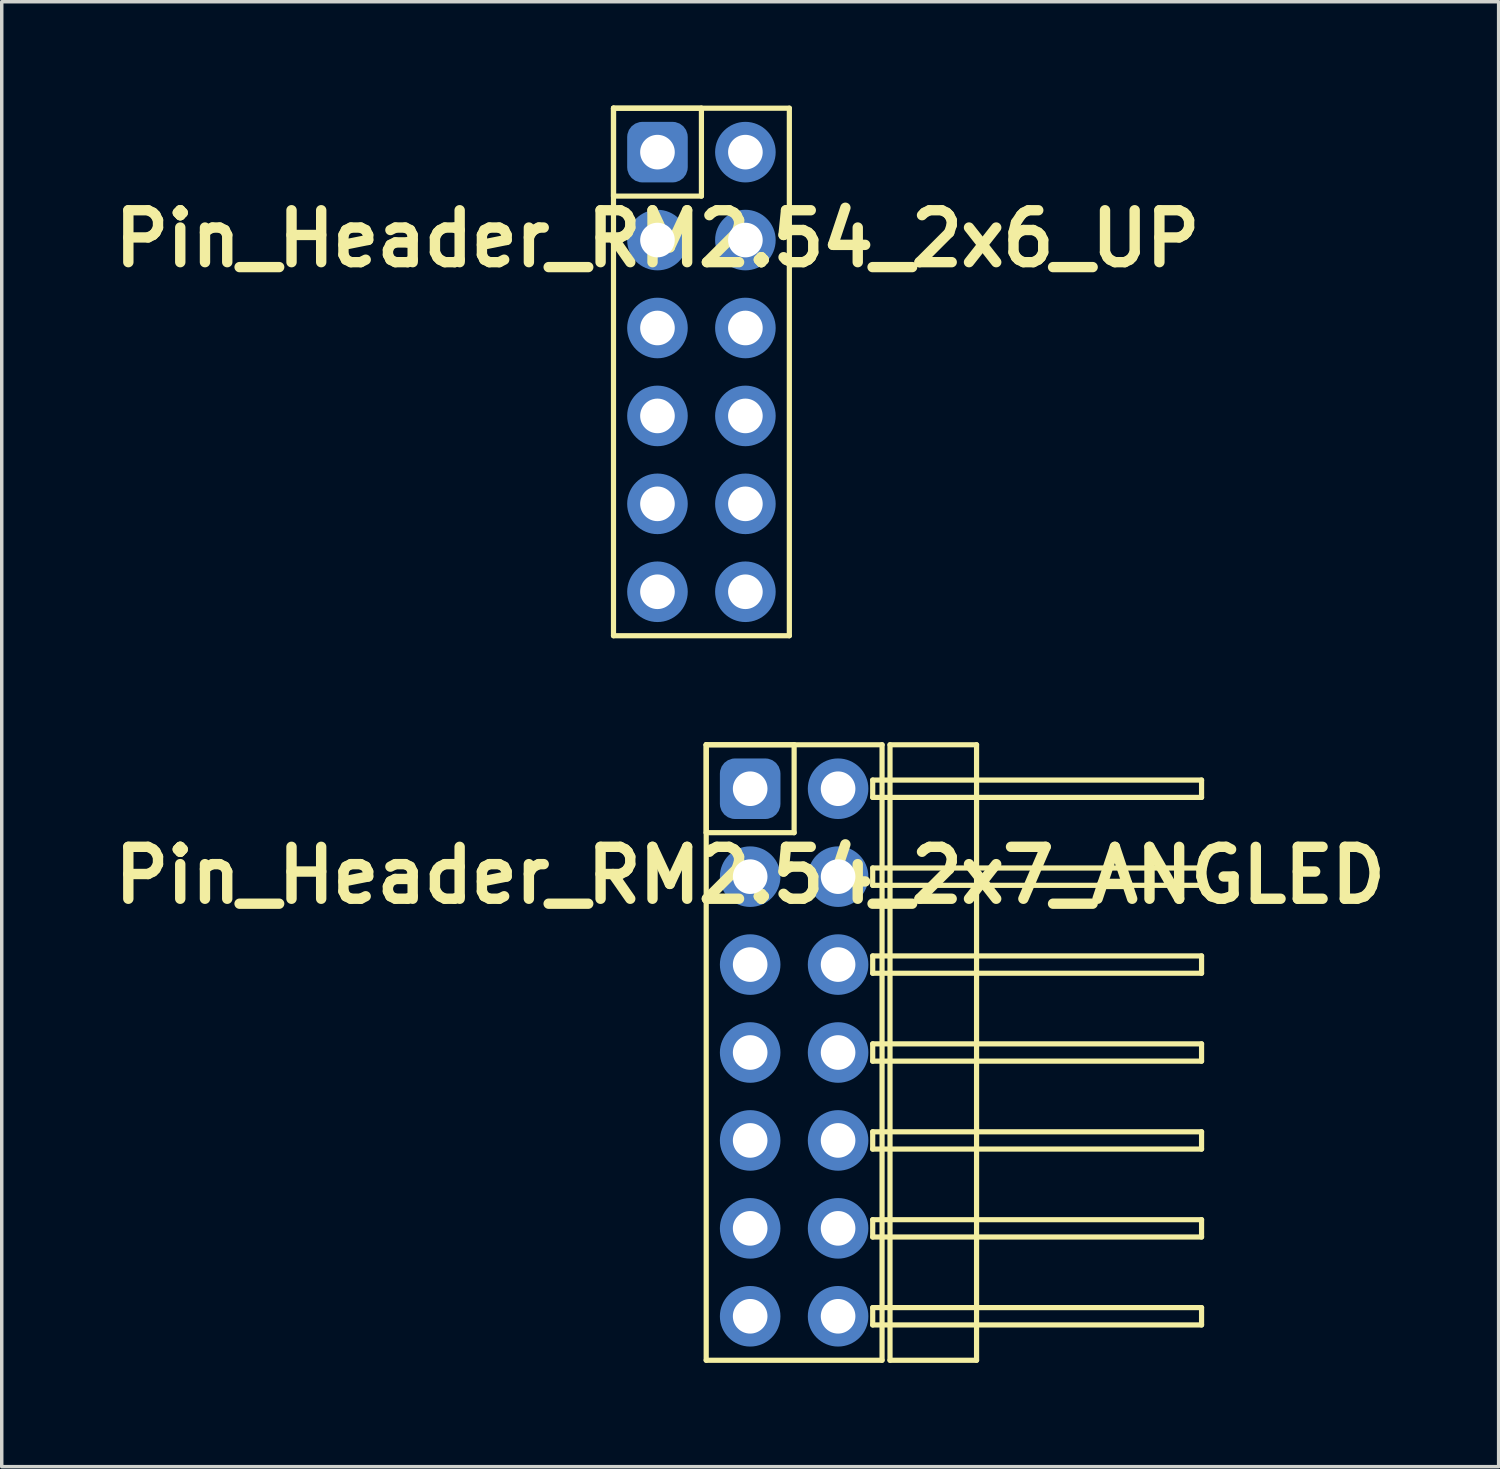
<source format=kicad_pcb>
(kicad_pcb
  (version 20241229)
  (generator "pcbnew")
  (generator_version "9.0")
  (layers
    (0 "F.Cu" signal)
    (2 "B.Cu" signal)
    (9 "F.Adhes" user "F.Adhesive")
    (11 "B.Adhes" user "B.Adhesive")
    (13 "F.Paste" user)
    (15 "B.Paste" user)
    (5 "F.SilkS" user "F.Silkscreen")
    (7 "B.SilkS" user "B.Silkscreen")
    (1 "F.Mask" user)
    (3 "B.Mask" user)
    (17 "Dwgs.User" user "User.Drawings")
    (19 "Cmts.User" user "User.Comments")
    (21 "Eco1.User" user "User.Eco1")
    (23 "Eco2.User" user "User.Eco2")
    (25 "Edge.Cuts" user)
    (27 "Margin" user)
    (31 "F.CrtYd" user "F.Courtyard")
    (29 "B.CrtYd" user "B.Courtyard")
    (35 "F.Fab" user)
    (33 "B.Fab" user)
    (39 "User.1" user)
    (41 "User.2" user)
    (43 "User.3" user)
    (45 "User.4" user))
  (footprint "Pin_Header_RM2.54_2x6_UP"
    (layer "F.Cu")
    (at 15.943 1.345)
    (property "Reference" "Pin_Header_RM2.54_2x6_UP" (at 0 2.5 0) (layer "F.SilkS") (effects (font (size 1.5 1.5) (thickness 0.3))))
    (attr through_hole)
    (fp_line (start -1.27 -1.27) (end 1.27 -1.27) (stroke (width 0.15) (type solid)) (layer "F.SilkS"))
    (fp_line (start -1.27 -1.27) (end 3.81 -1.27) (stroke (width 0.15) (type solid)) (layer "F.SilkS"))
    (fp_line (start -1.27 1.27) (end -1.27 -1.27) (stroke (width 0.15) (type solid)) (layer "F.SilkS"))
    (fp_line (start -1.27 13.97) (end -1.27 -1.27) (stroke (width 0.15) (type solid)) (layer "F.SilkS"))
    (fp_line (start 1.27 -1.27) (end 1.27 1.27) (stroke (width 0.15) (type solid)) (layer "F.SilkS"))
    (fp_line (start 1.27 1.27) (end -1.27 1.27) (stroke (width 0.15) (type solid)) (layer "F.SilkS"))
    (fp_line (start 3.81 -1.27) (end 3.81 13.97) (stroke (width 0.15) (type solid)) (layer "F.SilkS"))
    (fp_line (start 3.81 13.97) (end -1.27 13.97) (stroke (width 0.15) (type solid)) (layer "F.SilkS"))
    (pad "1" thru_hole circle (at 0 0) (size 1.3 1.3) (drill 1) (layers "*.Cu" "*.Mask"))
    (pad "1" smd roundrect (at 0 0) (size 1.5 1.5) (layers "F.Cu" "F.Mask") (roundrect_rratio 0.25))
    (pad "1" smd roundrect (at 0 0) (size 1.75 1.75) (layers "B.Cu" "B.Mask") (roundrect_rratio 0.25))
    (pad "2" thru_hole circle (at 2.54 0) (size 1.3 1.3) (drill 1) (layers "*.Cu" "*.Mask"))
    (pad "2" smd circle (at 2.54 0) (size 1.5 1.5) (layers "F.Cu" "F.Mask"))
    (pad "2" smd circle (at 2.54 0) (size 1.75 1.75) (layers "B.Cu" "B.Mask"))
    (pad "3" thru_hole circle (at 0 2.54) (size 1.3 1.3) (drill 1) (layers "*.Cu" "*.Mask"))
    (pad "3" smd circle (at 0 2.54) (size 1.5 1.5) (layers "F.Cu" "F.Mask"))
    (pad "3" smd circle (at 0 2.54) (size 1.75 1.75) (layers "B.Cu" "B.Mask"))
    (pad "4" thru_hole circle (at 2.54 2.54) (size 1.3 1.3) (drill 1) (layers "*.Cu" "*.Mask"))
    (pad "4" smd circle (at 2.54 2.54) (size 1.5 1.5) (layers "F.Cu" "F.Mask"))
    (pad "4" smd circle (at 2.54 2.54) (size 1.75 1.75) (layers "B.Cu" "B.Mask"))
    (pad "5" thru_hole circle (at 0 5.08) (size 1.3 1.3) (drill 1) (layers "*.Cu" "*.Mask"))
    (pad "5" smd circle (at 0 5.08) (size 1.5 1.5) (layers "F.Cu" "F.Mask"))
    (pad "5" smd circle (at 0 5.08) (size 1.75 1.75) (layers "B.Cu" "B.Mask"))
    (pad "6" thru_hole circle (at 2.54 5.08) (size 1.3 1.3) (drill 1) (layers "*.Cu" "*.Mask"))
    (pad "6" smd circle (at 2.54 5.08) (size 1.5 1.5) (layers "F.Cu" "F.Mask"))
    (pad "6" smd circle (at 2.54 5.08) (size 1.75 1.75) (layers "B.Cu" "B.Mask"))
    (pad "7" thru_hole circle (at 0 7.62) (size 1.3 1.3) (drill 1) (layers "*.Cu" "*.Mask"))
    (pad "7" smd circle (at 0 7.62) (size 1.5 1.5) (layers "F.Cu" "F.Mask"))
    (pad "7" smd circle (at 0 7.62) (size 1.75 1.75) (layers "B.Cu" "B.Mask"))
    (pad "8" thru_hole circle (at 2.54 7.62) (size 1.3 1.3) (drill 1) (layers "*.Cu" "*.Mask"))
    (pad "8" smd circle (at 2.54 7.62) (size 1.5 1.5) (layers "F.Cu" "F.Mask"))
    (pad "8" smd circle (at 2.54 7.62) (size 1.75 1.75) (layers "B.Cu" "B.Mask"))
    (pad "9" thru_hole circle (at 0 10.16) (size 1.3 1.3) (drill 1) (layers "*.Cu" "*.Mask"))
    (pad "9" smd circle (at 0 10.16) (size 1.5 1.5) (layers "F.Cu" "F.Mask"))
    (pad "9" smd circle (at 0 10.16) (size 1.75 1.75) (layers "B.Cu" "B.Mask"))
    (pad "10" thru_hole circle (at 2.54 10.16) (size 1.3 1.3) (drill 1) (layers "*.Cu" "*.Mask"))
    (pad "10" smd circle (at 2.54 10.16) (size 1.5 1.5) (layers "F.Cu" "F.Mask"))
    (pad "10" smd circle (at 2.54 10.16) (size 1.75 1.75) (layers "B.Cu" "B.Mask"))
    (pad "11" thru_hole circle (at 0 12.7) (size 1.3 1.3) (drill 1) (layers "*.Cu" "*.Mask"))
    (pad "11" smd circle (at 0 12.7) (size 1.5 1.5) (layers "F.Cu" "F.Mask"))
    (pad "11" smd circle (at 0 12.7) (size 1.75 1.75) (layers "B.Cu" "B.Mask"))
    (pad "12" thru_hole circle (at 2.54 12.7) (size 1.3 1.3) (drill 1) (layers "*.Cu" "*.Mask"))
    (pad "12" smd circle (at 2.54 12.7) (size 1.5 1.5) (layers "F.Cu" "F.Mask"))
    (pad "12" smd circle (at 2.54 12.7) (size 1.75 1.75) (layers "B.Cu" "B.Mask")))
  (footprint "Pin_Header_RM2.54_2x7_ANGLED"
    (layer "F.Cu")
    (at 18.621 19.735)
    (property "Reference" "Pin_Header_RM2.54_2x7_ANGLED" (at 0 2.5 0) (layer "F.SilkS") (effects (font (size 1.5 1.5) (thickness 0.3))))
    (attr through_hole)
    (fp_line (start -1.27 -1.27) (end 1.27 -1.27) (stroke (width 0.15) (type solid)) (layer "F.SilkS"))
    (fp_line (start -1.27 -1.27) (end 3.81 -1.27) (stroke (width 0.15) (type solid)) (layer "F.SilkS"))
    (fp_line (start -1.27 1.27) (end -1.27 -1.27) (stroke (width 0.15) (type solid)) (layer "F.SilkS"))
    (fp_line (start -1.27 16.51) (end -1.27 -1.27) (stroke (width 0.15) (type solid)) (layer "F.SilkS"))
    (fp_line (start 1.27 -1.27) (end 1.27 1.27) (stroke (width 0.15) (type solid)) (layer "F.SilkS"))
    (fp_line (start 1.27 1.27) (end -1.27 1.27) (stroke (width 0.15) (type solid)) (layer "F.SilkS"))
    (fp_line (start 3.54 -0.25) (end 13.04 -0.25) (stroke (width 0.15) (type solid)) (layer "F.SilkS"))
    (fp_line (start 3.54 0.25) (end 3.54 -0.25) (stroke (width 0.15) (type solid)) (layer "F.SilkS"))
    (fp_line (start 3.54 2.29) (end 13.04 2.29) (stroke (width 0.15) (type solid)) (layer "F.SilkS"))
    (fp_line (start 3.54 2.79) (end 3.54 2.29) (stroke (width 0.15) (type solid)) (layer "F.SilkS"))
    (fp_line (start 3.54 4.83) (end 13.04 4.83) (stroke (width 0.15) (type solid)) (layer "F.SilkS"))
    (fp_line (start 3.54 5.33) (end 3.54 4.83) (stroke (width 0.15) (type solid)) (layer "F.SilkS"))
    (fp_line (start 3.54 7.37) (end 13.04 7.37) (stroke (width 0.15) (type solid)) (layer "F.SilkS"))
    (fp_line (start 3.54 7.87) (end 3.54 7.37) (stroke (width 0.15) (type solid)) (layer "F.SilkS"))
    (fp_line (start 3.54 9.91) (end 13.04 9.91) (stroke (width 0.15) (type solid)) (layer "F.SilkS"))
    (fp_line (start 3.54 10.41) (end 3.54 9.91) (stroke (width 0.15) (type solid)) (layer "F.SilkS"))
    (fp_line (start 3.54 12.45) (end 13.04 12.45) (stroke (width 0.15) (type solid)) (layer "F.SilkS"))
    (fp_line (start 3.54 12.95) (end 3.54 12.45) (stroke (width 0.15) (type solid)) (layer "F.SilkS"))
    (fp_line (start 3.54 14.99) (end 13.04 14.99) (stroke (width 0.15) (type solid)) (layer "F.SilkS"))
    (fp_line (start 3.54 15.49) (end 3.54 14.99) (stroke (width 0.15) (type solid)) (layer "F.SilkS"))
    (fp_line (start 3.81 -1.27) (end 3.81 16.51) (stroke (width 0.15) (type solid)) (layer "F.SilkS"))
    (fp_line (start 3.81 16.51) (end -1.27 16.51) (stroke (width 0.15) (type solid)) (layer "F.SilkS"))
    (fp_line (start 4.04 -1.27) (end 6.54 -1.27) (stroke (width 0.15) (type solid)) (layer "F.SilkS"))
    (fp_line (start 4.04 16.51) (end 4.04 -1.27) (stroke (width 0.15) (type solid)) (layer "F.SilkS"))
    (fp_line (start 6.54 -1.27) (end 6.54 16.51) (stroke (width 0.15) (type solid)) (layer "F.SilkS"))
    (fp_line (start 6.54 16.51) (end 4.04 16.51) (stroke (width 0.15) (type solid)) (layer "F.SilkS"))
    (fp_line (start 13.04 -0.25) (end 13.04 0.25) (stroke (width 0.15) (type solid)) (layer "F.SilkS"))
    (fp_line (start 13.04 0.25) (end 3.54 0.25) (stroke (width 0.15) (type solid)) (layer "F.SilkS"))
    (fp_line (start 13.04 2.29) (end 13.04 2.79) (stroke (width 0.15) (type solid)) (layer "F.SilkS"))
    (fp_line (start 13.04 2.79) (end 3.54 2.79) (stroke (width 0.15) (type solid)) (layer "F.SilkS"))
    (fp_line (start 13.04 4.83) (end 13.04 5.33) (stroke (width 0.15) (type solid)) (layer "F.SilkS"))
    (fp_line (start 13.04 5.33) (end 3.54 5.33) (stroke (width 0.15) (type solid)) (layer "F.SilkS"))
    (fp_line (start 13.04 7.37) (end 13.04 7.87) (stroke (width 0.15) (type solid)) (layer "F.SilkS"))
    (fp_line (start 13.04 7.87) (end 3.54 7.87) (stroke (width 0.15) (type solid)) (layer "F.SilkS"))
    (fp_line (start 13.04 9.91) (end 13.04 10.41) (stroke (width 0.15) (type solid)) (layer "F.SilkS"))
    (fp_line (start 13.04 10.41) (end 3.54 10.41) (stroke (width 0.15) (type solid)) (layer "F.SilkS"))
    (fp_line (start 13.04 12.45) (end 13.04 12.95) (stroke (width 0.15) (type solid)) (layer "F.SilkS"))
    (fp_line (start 13.04 12.95) (end 3.54 12.95) (stroke (width 0.15) (type solid)) (layer "F.SilkS"))
    (fp_line (start 13.04 14.99) (end 13.04 15.49) (stroke (width 0.15) (type solid)) (layer "F.SilkS"))
    (fp_line (start 13.04 15.49) (end 3.54 15.49) (stroke (width 0.15) (type solid)) (layer "F.SilkS"))
    (pad "1" thru_hole circle (at 0 0) (size 1.3 1.3) (drill 1) (layers "*.Cu" "*.Mask"))
    (pad "1" smd roundrect (at 0 0) (size 1.5 1.5) (layers "F.Cu" "F.Mask") (roundrect_rratio 0.25))
    (pad "1" smd roundrect (at 0 0) (size 1.75 1.75) (layers "B.Cu" "B.Mask") (roundrect_rratio 0.25))
    (pad "2" thru_hole circle (at 2.54 0) (size 1.3 1.3) (drill 1) (layers "*.Cu" "*.Mask"))
    (pad "2" smd circle (at 2.54 0) (size 1.5 1.5) (layers "F.Cu" "F.Mask"))
    (pad "2" smd circle (at 2.54 0) (size 1.75 1.75) (layers "B.Cu" "B.Mask"))
    (pad "3" thru_hole circle (at 0 2.54) (size 1.3 1.3) (drill 1) (layers "*.Cu" "*.Mask"))
    (pad "3" smd circle (at 0 2.54) (size 1.5 1.5) (layers "F.Cu" "F.Mask"))
    (pad "3" smd circle (at 0 2.54) (size 1.75 1.75) (layers "B.Cu" "B.Mask"))
    (pad "4" thru_hole circle (at 2.54 2.54) (size 1.3 1.3) (drill 1) (layers "*.Cu" "*.Mask"))
    (pad "4" smd circle (at 2.54 2.54) (size 1.5 1.5) (layers "F.Cu" "F.Mask"))
    (pad "4" smd circle (at 2.54 2.54) (size 1.75 1.75) (layers "B.Cu" "B.Mask"))
    (pad "5" thru_hole circle (at 0 5.08) (size 1.3 1.3) (drill 1) (layers "*.Cu" "*.Mask"))
    (pad "5" smd circle (at 0 5.08) (size 1.5 1.5) (layers "F.Cu" "F.Mask"))
    (pad "5" smd circle (at 0 5.08) (size 1.75 1.75) (layers "B.Cu" "B.Mask"))
    (pad "6" thru_hole circle (at 2.54 5.08) (size 1.3 1.3) (drill 1) (layers "*.Cu" "*.Mask"))
    (pad "6" smd circle (at 2.54 5.08) (size 1.5 1.5) (layers "F.Cu" "F.Mask"))
    (pad "6" smd circle (at 2.54 5.08) (size 1.75 1.75) (layers "B.Cu" "B.Mask"))
    (pad "7" thru_hole circle (at 0 7.62) (size 1.3 1.3) (drill 1) (layers "*.Cu" "*.Mask"))
    (pad "7" smd circle (at 0 7.62) (size 1.5 1.5) (layers "F.Cu" "F.Mask"))
    (pad "7" smd circle (at 0 7.62) (size 1.75 1.75) (layers "B.Cu" "B.Mask"))
    (pad "8" thru_hole circle (at 2.54 7.62) (size 1.3 1.3) (drill 1) (layers "*.Cu" "*.Mask"))
    (pad "8" smd circle (at 2.54 7.62) (size 1.5 1.5) (layers "F.Cu" "F.Mask"))
    (pad "8" smd circle (at 2.54 7.62) (size 1.75 1.75) (layers "B.Cu" "B.Mask"))
    (pad "9" thru_hole circle (at 0 10.16) (size 1.3 1.3) (drill 1) (layers "*.Cu" "*.Mask"))
    (pad "9" smd circle (at 0 10.16) (size 1.5 1.5) (layers "F.Cu" "F.Mask"))
    (pad "9" smd circle (at 0 10.16) (size 1.75 1.75) (layers "B.Cu" "B.Mask"))
    (pad "10" thru_hole circle (at 2.54 10.16) (size 1.3 1.3) (drill 1) (layers "*.Cu" "*.Mask"))
    (pad "10" smd circle (at 2.54 10.16) (size 1.5 1.5) (layers "F.Cu" "F.Mask"))
    (pad "10" smd circle (at 2.54 10.16) (size 1.75 1.75) (layers "B.Cu" "B.Mask"))
    (pad "11" thru_hole circle (at 0 12.7) (size 1.3 1.3) (drill 1) (layers "*.Cu" "*.Mask"))
    (pad "11" smd circle (at 0 12.7) (size 1.5 1.5) (layers "F.Cu" "F.Mask"))
    (pad "11" smd circle (at 0 12.7) (size 1.75 1.75) (layers "B.Cu" "B.Mask"))
    (pad "12" thru_hole circle (at 2.54 12.7) (size 1.3 1.3) (drill 1) (layers "*.Cu" "*.Mask"))
    (pad "12" smd circle (at 2.54 12.7) (size 1.5 1.5) (layers "F.Cu" "F.Mask"))
    (pad "12" smd circle (at 2.54 12.7) (size 1.75 1.75) (layers "B.Cu" "B.Mask"))
    (pad "13" thru_hole circle (at 0 15.24) (size 1.3 1.3) (drill 1) (layers "*.Cu" "*.Mask"))
    (pad "13" smd circle (at 0 15.24) (size 1.5 1.5) (layers "F.Cu" "F.Mask"))
    (pad "13" smd circle (at 0 15.24) (size 1.75 1.75) (layers "B.Cu" "B.Mask"))
    (pad "14" thru_hole circle (at 2.54 15.24) (size 1.3 1.3) (drill 1) (layers "*.Cu" "*.Mask"))
    (pad "14" smd circle (at 2.54 15.24) (size 1.5 1.5) (layers "F.Cu" "F.Mask"))
    (pad "14" smd circle (at 2.54 15.24) (size 1.75 1.75) (layers "B.Cu" "B.Mask")))
  (gr_rect
    (start -3 -3)
    (end 40.243 39.32)
    (stroke (width 0.1) (type default))
    (fill no)
    (layer "Edge.Cuts")))
</source>
